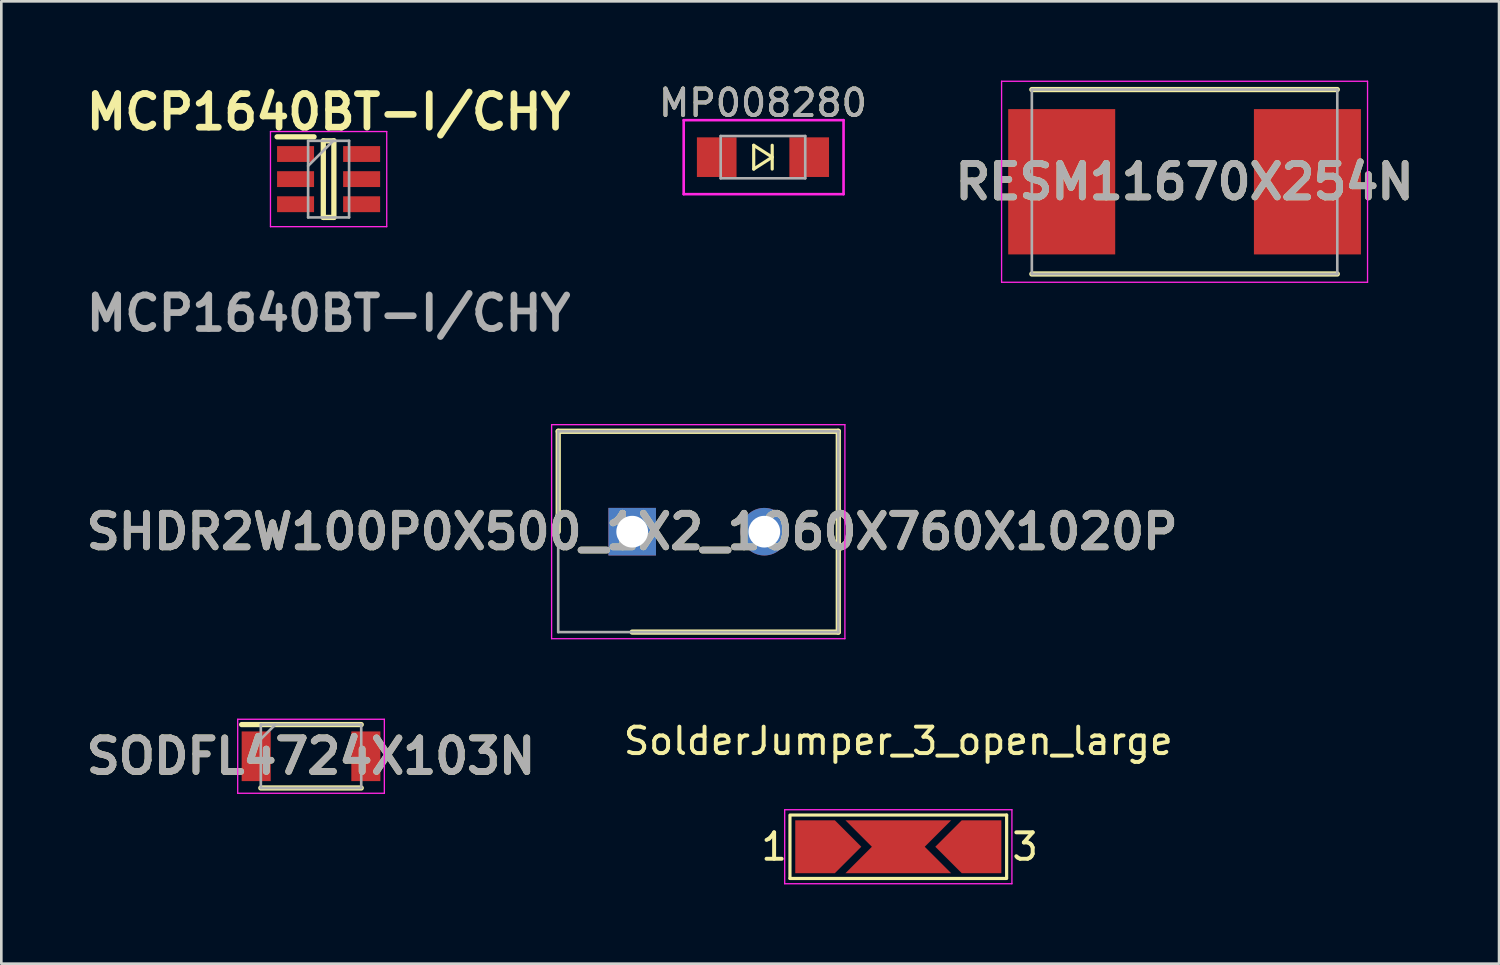
<source format=kicad_pcb>
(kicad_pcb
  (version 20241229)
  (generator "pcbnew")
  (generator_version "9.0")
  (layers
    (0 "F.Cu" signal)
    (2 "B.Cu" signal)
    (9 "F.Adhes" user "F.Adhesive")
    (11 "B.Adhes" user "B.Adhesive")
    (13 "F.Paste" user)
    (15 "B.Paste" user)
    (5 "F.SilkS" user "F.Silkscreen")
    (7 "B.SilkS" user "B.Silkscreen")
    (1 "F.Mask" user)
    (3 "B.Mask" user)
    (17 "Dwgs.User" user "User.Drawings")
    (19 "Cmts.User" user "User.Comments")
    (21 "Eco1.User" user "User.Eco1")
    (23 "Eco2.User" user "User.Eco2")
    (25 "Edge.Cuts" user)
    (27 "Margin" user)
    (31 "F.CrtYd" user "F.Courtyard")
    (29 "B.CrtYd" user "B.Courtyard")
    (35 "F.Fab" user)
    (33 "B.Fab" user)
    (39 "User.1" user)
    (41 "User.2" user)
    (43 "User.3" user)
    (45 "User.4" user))
  (footprint "MCP1640BT-I⁄CHY"
    (layer "F.Cu")
    (at 9.386 3.729)
    (property "Reference" "MCP1640BT-I⁄CHY" (at 0 -2.54 0) (layer "F.SilkS") (effects (font (size 1.27 1.27) (thickness 0.254))))
    (attr smd)
    (fp_line (start -1.95 -1.6) (end -0.55 -1.6) (stroke (width 0.2) (type solid)) (layer "F.SilkS"))
    (fp_line (start -0.2 -1.45) (end 0.2 -1.45) (stroke (width 0.2) (type solid)) (layer "F.SilkS"))
    (fp_line (start -0.2 1.45) (end -0.2 -1.45) (stroke (width 0.2) (type solid)) (layer "F.SilkS"))
    (fp_line (start 0.2 -1.45) (end 0.2 1.45) (stroke (width 0.2) (type solid)) (layer "F.SilkS"))
    (fp_line (start 0.2 1.45) (end -0.2 1.45) (stroke (width 0.2) (type solid)) (layer "F.SilkS"))
    (fp_line (start -2.2 -1.8) (end 2.2 -1.8) (stroke (width 0.05) (type solid)) (layer "F.CrtYd"))
    (fp_line (start -2.2 1.8) (end -2.2 -1.8) (stroke (width 0.05) (type solid)) (layer "F.CrtYd"))
    (fp_line (start 2.2 -1.8) (end 2.2 1.8) (stroke (width 0.05) (type solid)) (layer "F.CrtYd"))
    (fp_line (start 2.2 1.8) (end -2.2 1.8) (stroke (width 0.05) (type solid)) (layer "F.CrtYd"))
    (fp_line (start -0.775 -1.45) (end 0.775 -1.45) (stroke (width 0.1) (type solid)) (layer "F.Fab"))
    (fp_line (start -0.775 -0.5) (end 0.175 -1.45) (stroke (width 0.1) (type solid)) (layer "F.Fab"))
    (fp_line (start -0.775 1.45) (end -0.775 -1.45) (stroke (width 0.1) (type solid)) (layer "F.Fab"))
    (fp_line (start 0.775 -1.45) (end 0.775 1.45) (stroke (width 0.1) (type solid)) (layer "F.Fab"))
    (fp_line (start 0.775 1.45) (end -0.775 1.45) (stroke (width 0.1) (type solid)) (layer "F.Fab"))
    (fp_text user "${REFERENCE}" (at 0 5.08 0) (layer "F.Fab") (effects (font (size 1.27 1.27) (thickness 0.254))))
    (pad "1" smd rect (at -1.25 -0.95 90) (size 0.6 1.4) (layers "F.Cu" "F.Mask" "F.Paste"))
    (pad "2" smd rect (at -1.25 0 90) (size 0.6 1.4) (layers "F.Cu" "F.Mask" "F.Paste"))
    (pad "3" smd rect (at -1.25 0.95 90) (size 0.6 1.4) (layers "F.Cu" "F.Mask" "F.Paste"))
    (pad "4" smd rect (at 1.25 0.95 90) (size 0.6 1.4) (layers "F.Cu" "F.Mask" "F.Paste"))
    (pad "5" smd rect (at 1.25 0 90) (size 0.6 1.4) (layers "F.Cu" "F.Mask" "F.Paste"))
    (pad "6" smd rect (at 1.25 -0.95 90) (size 0.6 1.4) (layers "F.Cu" "F.Mask" "F.Paste")))
  (footprint "MP008280"
    (layer "F.Cu")
    (at 25.825 2.898)
    (property "Reference" "MP008280" (at 0 -2.05 0) (layer "F.SilkS") (effects (font (size 1 1) (thickness 0.15))))
    (attr smd)
    (fp_line (start -0.35 -0.45) (end -0.35 0.45) (stroke (width 0.12) (type default)) (layer "F.SilkS"))
    (fp_line (start -0.35 0.45) (end 0.35 0) (stroke (width 0.12) (type default)) (layer "F.SilkS"))
    (fp_line (start 0.35 -0.45) (end 0.35 0.45) (stroke (width 0.12) (type default)) (layer "F.SilkS"))
    (fp_line (start 0.35 0) (end -0.35 -0.45) (stroke (width 0.12) (type default)) (layer "F.SilkS"))
    (fp_line (start -3 -1.4) (end 3.05 -1.4) (stroke (width 0.1) (type solid)) (layer "F.CrtYd"))
    (fp_line (start -3 1.4) (end -3 -1.4) (stroke (width 0.1) (type solid)) (layer "F.CrtYd"))
    (fp_line (start 3.05 -1.4) (end 3.05 1.4) (stroke (width 0.1) (type solid)) (layer "F.CrtYd"))
    (fp_line (start 3.05 1.4) (end -3 1.4) (stroke (width 0.1) (type solid)) (layer "F.CrtYd"))
    (fp_line (start -1.6 -0.8) (end 1.6 -0.8) (stroke (width 0.1) (type solid)) (layer "F.Fab"))
    (fp_line (start -1.6 0.8) (end -1.6 -0.8) (stroke (width 0.1) (type solid)) (layer "F.Fab"))
    (fp_line (start 1.6 -0.8) (end 1.6 0.8) (stroke (width 0.1) (type solid)) (layer "F.Fab"))
    (fp_line (start 1.6 0.8) (end -1.6 0.8) (stroke (width 0.1) (type solid)) (layer "F.Fab"))
    (fp_text user "${REFERENCE}" (at 0 -2.05 0) (layer "F.Fab") (effects (font (size 1 1) (thickness 0.15))))
    (pad "1" smd rect (at -1.75 0) (size 1.5 1.5) (layers "F.Cu" "F.Mask" "F.Paste"))
    (pad "2" smd rect (at 1.75 0) (size 1.5 1.5) (layers "F.Cu" "F.Mask" "F.Paste")))
  (footprint "SolderJumper_3_open_large"
    (layer "F.Cu")
    (at 30.947 25.496)
    (property "Reference" "SolderJumper_3_open_large" (at 0 -0.5 0) (unlocked yes) (layer "F.SilkS") (effects (font (size 1 1) (thickness 0.15))))
    (attr smd)
    (fp_line (start -4.1 2.3) (end 4.1 2.3) (stroke (width 0.12) (type solid)) (layer "F.SilkS"))
    (fp_line (start -4.1 4.7) (end -4.1 2.35) (stroke (width 0.12) (type solid)) (layer "F.SilkS"))
    (fp_line (start 4.1 2.3) (end 4.1 4.675) (stroke (width 0.12) (type solid)) (layer "F.SilkS"))
    (fp_line (start 4.1 4.7) (end -4.1 4.7) (stroke (width 0.12) (type solid)) (layer "F.SilkS"))
    (fp_line (start -4.3 2.1) (end -4.3 4.9) (stroke (width 0.05) (type solid)) (layer "F.CrtYd"))
    (fp_line (start -4.3 2.1) (end 4.3 2.1) (stroke (width 0.05) (type solid)) (layer "F.CrtYd"))
    (fp_line (start 4.3 4.9) (end -4.3 4.9) (stroke (width 0.05) (type solid)) (layer "F.CrtYd"))
    (fp_line (start 4.3 4.9) (end 4.3 2.1) (stroke (width 0.05) (type solid)) (layer "F.CrtYd"))
    (fp_text user "1" (at -4.7 3.5 0) (layer "F.SilkS") (effects (font (size 1 1) (thickness 0.15))))
    (fp_text user "3" (at 4.8 3.5 0) (layer "F.SilkS") (effects (font (size 1 1) (thickness 0.15))))
    (pad "1" smd custom (at -3.4 3.5) (size 0.3 0.3) (layers "F.Cu" "F.Mask") (options (anchor rect)) (primitives (gr_poly (pts (xy 2 0) (xy 1 1) (xy -0.5 1) (xy -0.5 -1) (xy 1 -1)) (width 0) (fill yes))))
    (pad "2" smd custom (at 0 3.5) (size 0.3 0.3) (layers "F.Cu" "F.Mask") (options (anchor rect)) (primitives (gr_poly (pts (xy 1 0) (xy 2 1) (xy -2 1) (xy -1 0) (xy -2 -1) (xy 2 -1)) (width 0) (fill yes))))
    (pad "3" smd custom (at 3.4 3.5) (size 0.3 0.3) (layers "F.Cu" "F.Mask") (options (anchor rect)) (primitives (gr_poly (pts (xy -2 0) (xy -1 1) (xy 0.5 1) (xy 0.5 -1) (xy -1 -1)) (width 0) (fill yes)))))
  (footprint "SHDR2W100P0X500_1X2_1060X760X1020P"
    (layer "F.Cu")
    (at 20.876 17.072)
    (property "Reference" "SHDR2W100P0X500_1X2_1060X760X1020P" (at 0 0 0) (layer "F.SilkS") (effects (font (size 1.27 1.27) (thickness 0.254))))
    (attr through_hole)
    (fp_line (start -2.8 -3.8) (end -2.8 0) (stroke (width 0.2) (type solid)) (layer "F.SilkS"))
    (fp_line (start 0 3.8) (end 7.8 3.8) (stroke (width 0.2) (type solid)) (layer "F.SilkS"))
    (fp_line (start 7.8 -3.8) (end -2.8 -3.8) (stroke (width 0.2) (type solid)) (layer "F.SilkS"))
    (fp_line (start 7.8 3.8) (end 7.8 -3.8) (stroke (width 0.2) (type solid)) (layer "F.SilkS"))
    (fp_line (start -3.05 -4.05) (end 8.05 -4.05) (stroke (width 0.05) (type solid)) (layer "F.CrtYd"))
    (fp_line (start -3.05 4.05) (end -3.05 -4.05) (stroke (width 0.05) (type solid)) (layer "F.CrtYd"))
    (fp_line (start 8.05 -4.05) (end 8.05 4.05) (stroke (width 0.05) (type solid)) (layer "F.CrtYd"))
    (fp_line (start 8.05 4.05) (end -3.05 4.05) (stroke (width 0.05) (type solid)) (layer "F.CrtYd"))
    (fp_line (start -2.8 -3.8) (end 7.8 -3.8) (stroke (width 0.1) (type solid)) (layer "F.Fab"))
    (fp_line (start -2.8 3.8) (end -2.8 -3.8) (stroke (width 0.1) (type solid)) (layer "F.Fab"))
    (fp_line (start 7.8 -3.8) (end 7.8 3.8) (stroke (width 0.1) (type solid)) (layer "F.Fab"))
    (fp_line (start 7.8 3.8) (end -2.8 3.8) (stroke (width 0.1) (type solid)) (layer "F.Fab"))
    (fp_text user "${REFERENCE}" (at 0 0 0) (layer "F.Fab") (effects (font (size 1.27 1.27) (thickness 0.254))))
    (pad "1" thru_hole rect (at 0 0) (size 1.8 1.8) (drill 1.2) (layers "*.Cu" "*.Mask"))
    (pad "2" thru_hole circle (at 5 0) (size 1.8 1.8) (drill 1.2) (layers "*.Cu" "*.Mask")))
  (footprint "RESM11670X254N"
    (layer "F.Cu")
    (at 41.781 3.829)
    (property "Reference" "RESM11670X254N" (at 0 0 0) (layer "F.SilkS") (effects (font (size 1.27 1.27) (thickness 0.254))))
    (attr smd)
    (fp_line (start -5.78 3.49) (end 5.78 3.49) (stroke (width 0.2) (type solid)) (layer "F.SilkS"))
    (fp_line (start 5.78 -3.49) (end -5.78 -3.49) (stroke (width 0.2) (type solid)) (layer "F.SilkS"))
    (fp_line (start -6.925 -3.804) (end 6.925 -3.804) (stroke (width 0.05) (type solid)) (layer "F.CrtYd"))
    (fp_line (start -6.925 3.804) (end -6.925 -3.804) (stroke (width 0.05) (type solid)) (layer "F.CrtYd"))
    (fp_line (start 6.925 -3.804) (end 6.925 3.804) (stroke (width 0.05) (type solid)) (layer "F.CrtYd"))
    (fp_line (start 6.925 3.804) (end -6.925 3.804) (stroke (width 0.05) (type solid)) (layer "F.CrtYd"))
    (fp_line (start -5.78 -3.49) (end 5.78 -3.49) (stroke (width 0.1) (type solid)) (layer "F.Fab"))
    (fp_line (start -5.78 3.49) (end -5.78 -3.49) (stroke (width 0.1) (type solid)) (layer "F.Fab"))
    (fp_line (start 5.78 -3.49) (end 5.78 3.49) (stroke (width 0.1) (type solid)) (layer "F.Fab"))
    (fp_line (start 5.78 3.49) (end -5.78 3.49) (stroke (width 0.1) (type solid)) (layer "F.Fab"))
    (fp_text user "${REFERENCE}" (at 0 0 0) (layer "F.Fab") (effects (font (size 1.27 1.27) (thickness 0.254))))
    (pad "1" smd rect (at -4.65 0) (size 4.05 5.5) (layers "F.Cu" "F.Mask" "F.Paste"))
    (pad "2" smd rect (at 4.65 0) (size 4.05 5.5) (layers "F.Cu" "F.Mask" "F.Paste")))
  (footprint "SODFL4724X103N"
    (layer "F.Cu")
    (at 8.721 25.572)
    (property "Reference" "SODFL4724X103N" (at 0 0 0) (layer "F.SilkS") (effects (font (size 1.27 1.27) (thickness 0.254))))
    (attr smd)
    (fp_line (start -2.625 -1.2) (end 1.9 -1.2) (stroke (width 0.2) (type solid)) (layer "F.SilkS"))
    (fp_line (start -1.9 1.2) (end 1.9 1.2) (stroke (width 0.2) (type solid)) (layer "F.SilkS"))
    (fp_line (start -2.775 -1.4) (end 2.775 -1.4) (stroke (width 0.05) (type solid)) (layer "F.CrtYd"))
    (fp_line (start -2.775 1.4) (end -2.775 -1.4) (stroke (width 0.05) (type solid)) (layer "F.CrtYd"))
    (fp_line (start 2.775 -1.4) (end 2.775 1.4) (stroke (width 0.05) (type solid)) (layer "F.CrtYd"))
    (fp_line (start 2.775 1.4) (end -2.775 1.4) (stroke (width 0.05) (type solid)) (layer "F.CrtYd"))
    (fp_line (start -1.9 -1.2) (end 1.9 -1.2) (stroke (width 0.1) (type solid)) (layer "F.Fab"))
    (fp_line (start -1.9 -0.65) (end -1.35 -1.2) (stroke (width 0.1) (type solid)) (layer "F.Fab"))
    (fp_line (start -1.9 1.2) (end -1.9 -1.2) (stroke (width 0.1) (type solid)) (layer "F.Fab"))
    (fp_line (start 1.9 -1.2) (end 1.9 1.2) (stroke (width 0.1) (type solid)) (layer "F.Fab"))
    (fp_line (start 1.9 1.2) (end -1.9 1.2) (stroke (width 0.1) (type solid)) (layer "F.Fab"))
    (fp_text user "${REFERENCE}" (at 0 0 0) (layer "F.Fab") (effects (font (size 1.27 1.27) (thickness 0.254))))
    (pad "1" smd rect (at -2.075 0) (size 1.1 1.88) (layers "F.Cu" "F.Mask" "F.Paste"))
    (pad "2" smd rect (at 2.075 0) (size 1.1 1.88) (layers "F.Cu" "F.Mask" "F.Paste")))
  (gr_rect
    (start -3 -3)
    (end 53.683 33.421)
    (stroke (width 0.1) (type default))
    (fill no)
    (layer "Edge.Cuts")))
</source>
